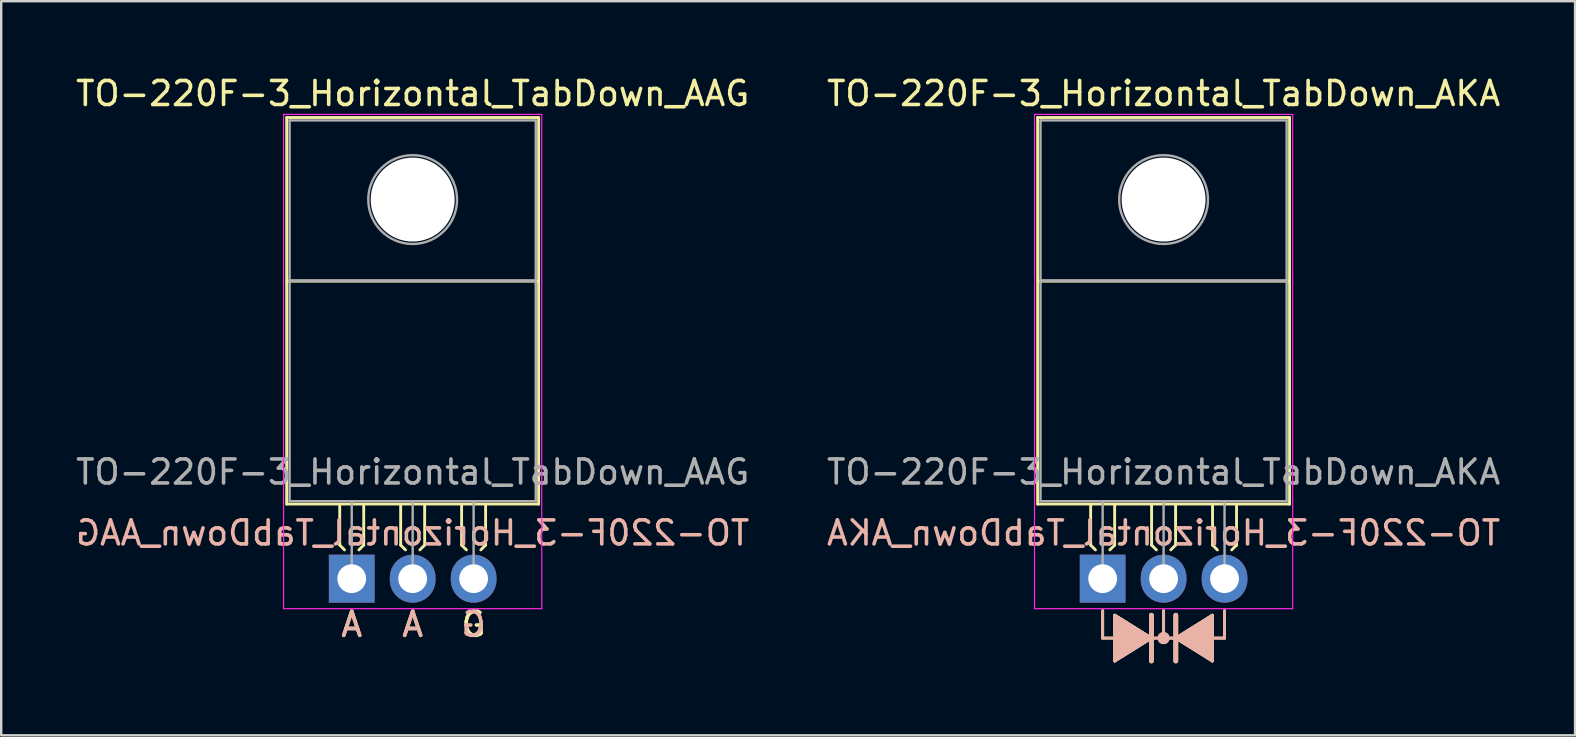
<source format=kicad_pcb>
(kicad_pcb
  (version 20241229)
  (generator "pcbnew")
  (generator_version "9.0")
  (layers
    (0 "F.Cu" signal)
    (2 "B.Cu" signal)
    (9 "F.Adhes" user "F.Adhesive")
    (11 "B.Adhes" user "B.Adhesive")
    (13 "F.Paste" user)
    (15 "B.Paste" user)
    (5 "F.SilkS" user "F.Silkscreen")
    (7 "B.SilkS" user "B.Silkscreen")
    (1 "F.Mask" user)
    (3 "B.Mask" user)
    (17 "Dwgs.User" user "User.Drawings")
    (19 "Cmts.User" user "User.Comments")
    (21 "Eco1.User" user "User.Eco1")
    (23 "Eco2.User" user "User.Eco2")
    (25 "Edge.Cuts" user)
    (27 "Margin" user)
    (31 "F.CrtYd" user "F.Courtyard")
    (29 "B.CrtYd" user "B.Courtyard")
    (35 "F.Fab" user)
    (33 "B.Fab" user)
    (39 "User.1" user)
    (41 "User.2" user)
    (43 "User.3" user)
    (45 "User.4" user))
  (footprint "TO-220F-3_Horizontal_TabDown_AKA"
    (layer "F.Cu")
    (at 42.906 21.068)
    (property "Reference" "TO-220F-3_Horizontal_TabDown_AKA" (at 2.54 -20.22 0) (layer "F.SilkS") (effects (font (size 1 1) (thickness 0.15))))
    (fp_line (start -2.71 -19.22) (end -2.71 -3.11) (stroke (width 0.12) (type solid)) (layer "F.SilkS"))
    (fp_line (start -2.71 -19.22) (end 7.79 -19.22) (stroke (width 0.12) (type solid)) (layer "F.SilkS"))
    (fp_line (start -2.71 -3.11) (end 7.79 -3.11) (stroke (width 0.12) (type solid)) (layer "F.SilkS"))
    (fp_line (start -2.7 -12.4) (end 7.75 -12.4) (stroke (width 0.12) (type solid)) (layer "F.SilkS"))
    (fp_line (start -0.5 -3.048) (end -0.5 -1.4) (stroke (width 0.12) (type solid)) (layer "F.SilkS"))
    (fp_line (start -0.5 -1.4) (end -0.3 -1.2) (stroke (width 0.12) (type solid)) (layer "F.SilkS"))
    (fp_line (start 0 1.333) (end 0 2.477) (stroke (width 0.12) (type solid)) (layer "F.SilkS"))
    (fp_line (start 0 2.477) (end 0.508 2.477) (stroke (width 0.12) (type solid)) (layer "F.SilkS"))
    (fp_line (start 0.5 -3.048) (end 0.5 -1.4) (stroke (width 0.12) (type solid)) (layer "F.SilkS"))
    (fp_line (start 0.5 -1.4) (end 0.3 -1.2) (stroke (width 0.12) (type solid)) (layer "F.SilkS"))
    (fp_line (start 0.508 1.714) (end 0.508 1.524) (stroke (width 0.12) (type solid)) (layer "F.SilkS"))
    (fp_line (start 0.508 1.714) (end 0.508 3.239) (stroke (width 0.12) (type solid)) (layer "F.SilkS"))
    (fp_line (start 0.508 3.239) (end 0.508 3.429) (stroke (width 0.12) (type solid)) (layer "F.SilkS"))
    (fp_line (start 2.032 2.477) (end 0.508 1.524) (stroke (width 0.12) (type solid)) (layer "F.SilkS"))
    (fp_line (start 2.032 2.477) (end 0.508 3.429) (stroke (width 0.12) (type solid)) (layer "F.SilkS"))
    (fp_line (start 2.032 3.429) (end 2.032 1.524) (stroke (width 0.2) (type solid)) (layer "F.SilkS"))
    (fp_line (start 2.04 -3.048) (end 2.04 -1.4) (stroke (width 0.12) (type solid)) (layer "F.SilkS"))
    (fp_line (start 2.04 -1.4) (end 2.24 -1.2) (stroke (width 0.12) (type solid)) (layer "F.SilkS"))
    (fp_line (start 2.54 1.333) (end 2.54 2.477) (stroke (width 0.12) (type solid)) (layer "F.SilkS"))
    (fp_line (start 2.54 2.477) (end 2.032 2.477) (stroke (width 0.12) (type solid)) (layer "F.SilkS"))
    (fp_line (start 2.54 2.477) (end 3.048 2.477) (stroke (width 0.12) (type solid)) (layer "F.SilkS"))
    (fp_line (start 3.04 -3.048) (end 3.04 -1.4) (stroke (width 0.12) (type solid)) (layer "F.SilkS"))
    (fp_line (start 3.04 -1.4) (end 2.84 -1.2) (stroke (width 0.12) (type solid)) (layer "F.SilkS"))
    (fp_line (start 3.048 1.524) (end 3.048 3.429) (stroke (width 0.2) (type solid)) (layer "F.SilkS"))
    (fp_line (start 3.048 2.477) (end 4.572 3.429) (stroke (width 0.12) (type solid)) (layer "F.SilkS"))
    (fp_line (start 4.572 1.524) (end 3.048 2.477) (stroke (width 0.12) (type solid)) (layer "F.SilkS"))
    (fp_line (start 4.572 3.429) (end 4.572 1.524) (stroke (width 0.12) (type solid)) (layer "F.SilkS"))
    (fp_line (start 4.58 -3.048) (end 4.58 -1.4) (stroke (width 0.12) (type solid)) (layer "F.SilkS"))
    (fp_line (start 4.58 -1.4) (end 4.78 -1.2) (stroke (width 0.12) (type solid)) (layer "F.SilkS"))
    (fp_line (start 5.08 1.333) (end 5.08 2.477) (stroke (width 0.12) (type solid)) (layer "F.SilkS"))
    (fp_line (start 5.08 2.477) (end 4.572 2.477) (stroke (width 0.12) (type solid)) (layer "F.SilkS"))
    (fp_line (start 5.58 -3.048) (end 5.58 -1.4) (stroke (width 0.12) (type solid)) (layer "F.SilkS"))
    (fp_line (start 5.58 -1.4) (end 5.38 -1.2) (stroke (width 0.12) (type solid)) (layer "F.SilkS"))
    (fp_line (start 7.79 -19.22) (end 7.79 -3.11) (stroke (width 0.12) (type solid)) (layer "F.SilkS"))
    (fp_circle (center 2.54 2.477) (end 2.54 2.54) (stroke (width 0.12) (type solid)) (fill no) (layer "F.SilkS"))
    (fp_circle (center 2.54 2.477) (end 2.54 2.603) (stroke (width 0.12) (type solid)) (fill no) (layer "F.SilkS"))
    (fp_circle (center 2.54 2.477) (end 2.54 2.667) (stroke (width 0.12) (type solid)) (fill no) (layer "F.SilkS"))
    (fp_poly (pts (xy 2.032 2.477) (xy 0.508 3.429) (xy 0.508 1.524)) (stroke (width 0.1) (type solid)) (fill yes) (layer "F.SilkS"))
    (fp_poly (pts (xy 4.572 3.429) (xy 3.048 2.477) (xy 4.572 1.524)) (stroke (width 0.1) (type solid)) (fill yes) (layer "F.SilkS"))
    (fp_line (start 0 1.333) (end 0 2.477) (stroke (width 0.12) (type solid)) (layer "B.SilkS"))
    (fp_line (start 0 2.477) (end 0.508 2.477) (stroke (width 0.12) (type solid)) (layer "B.SilkS"))
    (fp_line (start 0.508 1.524) (end 2.032 2.477) (stroke (width 0.12) (type solid)) (layer "B.SilkS"))
    (fp_line (start 0.508 3.429) (end 0.508 1.524) (stroke (width 0.12) (type solid)) (layer "B.SilkS"))
    (fp_line (start 2.032 1.524) (end 2.032 3.429) (stroke (width 0.2) (type solid)) (layer "B.SilkS"))
    (fp_line (start 2.032 2.477) (end 0.508 3.429) (stroke (width 0.12) (type solid)) (layer "B.SilkS"))
    (fp_line (start 2.54 1.333) (end 2.54 2.477) (stroke (width 0.12) (type solid)) (layer "B.SilkS"))
    (fp_line (start 2.54 2.477) (end 2.032 2.477) (stroke (width 0.12) (type solid)) (layer "B.SilkS"))
    (fp_line (start 2.54 2.477) (end 3.048 2.477) (stroke (width 0.12) (type solid)) (layer "B.SilkS"))
    (fp_line (start 3.048 2.477) (end 4.572 1.524) (stroke (width 0.12) (type solid)) (layer "B.SilkS"))
    (fp_line (start 3.048 2.477) (end 4.572 3.429) (stroke (width 0.12) (type solid)) (layer "B.SilkS"))
    (fp_line (start 3.048 3.429) (end 3.048 1.524) (stroke (width 0.2) (type solid)) (layer "B.SilkS"))
    (fp_line (start 4.572 1.714) (end 4.572 1.524) (stroke (width 0.12) (type solid)) (layer "B.SilkS"))
    (fp_line (start 4.572 1.714) (end 4.572 3.239) (stroke (width 0.12) (type solid)) (layer "B.SilkS"))
    (fp_line (start 4.572 3.239) (end 4.572 3.429) (stroke (width 0.12) (type solid)) (layer "B.SilkS"))
    (fp_line (start 5.08 1.333) (end 5.08 2.477) (stroke (width 0.12) (type solid)) (layer "B.SilkS"))
    (fp_line (start 5.08 2.477) (end 4.572 2.477) (stroke (width 0.12) (type solid)) (layer "B.SilkS"))
    (fp_circle (center 2.54 2.477) (end 2.54 2.54) (stroke (width 0.12) (type solid)) (fill no) (layer "B.SilkS"))
    (fp_circle (center 2.54 2.477) (end 2.54 2.603) (stroke (width 0.12) (type solid)) (fill no) (layer "B.SilkS"))
    (fp_circle (center 2.54 2.477) (end 2.54 2.667) (stroke (width 0.12) (type solid)) (fill no) (layer "B.SilkS"))
    (fp_poly (pts (xy 0.508 3.429) (xy 2.032 2.477) (xy 0.508 1.524)) (stroke (width 0.1) (type solid)) (fill yes) (layer "B.SilkS"))
    (fp_poly (pts (xy 3.048 2.477) (xy 4.572 3.429) (xy 4.572 1.524)) (stroke (width 0.1) (type solid)) (fill yes) (layer "B.SilkS"))
    (fp_line (start -2.84 -19.35) (end -2.84 1.25) (stroke (width 0.05) (type solid)) (layer "F.CrtYd"))
    (fp_line (start -2.84 1.25) (end 7.92 1.25) (stroke (width 0.05) (type solid)) (layer "F.CrtYd"))
    (fp_line (start 7.92 -19.35) (end -2.84 -19.35) (stroke (width 0.05) (type solid)) (layer "F.CrtYd"))
    (fp_line (start 7.92 1.25) (end 7.92 -19.35) (stroke (width 0.05) (type solid)) (layer "F.CrtYd"))
    (fp_line (start -2.59 -19.1) (end 7.67 -19.1) (stroke (width 0.1) (type solid)) (layer "F.Fab"))
    (fp_line (start -2.59 -12.42) (end -2.59 -19.1) (stroke (width 0.1) (type solid)) (layer "F.Fab"))
    (fp_line (start -2.59 -12.42) (end 7.67 -12.42) (stroke (width 0.1) (type solid)) (layer "F.Fab"))
    (fp_line (start -2.59 -3.23) (end -2.59 -12.42) (stroke (width 0.1) (type solid)) (layer "F.Fab"))
    (fp_line (start 0 -3.23) (end 0 0) (stroke (width 0.1) (type solid)) (layer "F.Fab"))
    (fp_line (start 2.54 -3.23) (end 2.54 0) (stroke (width 0.1) (type solid)) (layer "F.Fab"))
    (fp_line (start 5.08 -3.23) (end 5.08 0) (stroke (width 0.1) (type solid)) (layer "F.Fab"))
    (fp_line (start 7.67 -19.1) (end 7.67 -12.42) (stroke (width 0.1) (type solid)) (layer "F.Fab"))
    (fp_line (start 7.67 -12.42) (end -2.59 -12.42) (stroke (width 0.1) (type solid)) (layer "F.Fab"))
    (fp_line (start 7.67 -12.42) (end 7.67 -3.23) (stroke (width 0.1) (type solid)) (layer "F.Fab"))
    (fp_line (start 7.67 -3.23) (end -2.59 -3.23) (stroke (width 0.1) (type solid)) (layer "F.Fab"))
    (fp_circle (center 2.54 -15.8) (end 4.39 -15.8) (stroke (width 0.1) (type solid)) (fill no) (layer "F.Fab"))
    (fp_text user "${REFERENCE}" (at 2.54 -1.905 0) (layer "B.SilkS") (effects (font (size 1 1) (thickness 0.15)) (justify mirror)))
    (fp_text user "${REFERENCE}" (at 2.54 -4.445 0) (layer "F.Fab") (effects (font (size 1 1) (thickness 0.15))))
    (pad "" np_thru_hole oval (at 2.54 -15.8) (size 3.5 3.5) (drill 3.5) (layers "*.Cu" "*.Mask"))
    (pad "1" thru_hole rect (at 0 0) (size 1.905 2) (drill 1.2) (layers "*.Cu" "*.Mask"))
    (pad "2" thru_hole oval (at 2.54 0) (size 1.905 2) (drill 1.2) (layers "*.Cu" "*.Mask"))
    (pad "3" thru_hole oval (at 5.08 0) (size 1.905 2) (drill 1.2) (layers "*.Cu" "*.Mask")))
  (footprint "TO-220F-3_Horizontal_TabDown_AAG"
    (layer "F.Cu")
    (at 11.609 21.068)
    (property "Reference" "TO-220F-3_Horizontal_TabDown_AAG" (at 2.54 -20.22 0) (layer "F.SilkS") (effects (font (size 1 1) (thickness 0.15))))
    (fp_line (start -2.71 -19.22) (end -2.71 -3.11) (stroke (width 0.12) (type solid)) (layer "F.SilkS"))
    (fp_line (start -2.71 -19.22) (end 7.79 -19.22) (stroke (width 0.12) (type solid)) (layer "F.SilkS"))
    (fp_line (start -2.71 -3.11) (end 7.79 -3.11) (stroke (width 0.12) (type solid)) (layer "F.SilkS"))
    (fp_line (start -2.7 -12.4) (end 7.75 -12.4) (stroke (width 0.12) (type solid)) (layer "F.SilkS"))
    (fp_line (start -0.5 -3.048) (end -0.5 -1.4) (stroke (width 0.12) (type solid)) (layer "F.SilkS"))
    (fp_line (start -0.5 -1.4) (end -0.3 -1.2) (stroke (width 0.12) (type solid)) (layer "F.SilkS"))
    (fp_line (start 0.5 -3.048) (end 0.5 -1.4) (stroke (width 0.12) (type solid)) (layer "F.SilkS"))
    (fp_line (start 0.5 -1.4) (end 0.3 -1.2) (stroke (width 0.12) (type solid)) (layer "F.SilkS"))
    (fp_line (start 2.04 -3.048) (end 2.04 -1.4) (stroke (width 0.12) (type solid)) (layer "F.SilkS"))
    (fp_line (start 2.04 -1.4) (end 2.24 -1.2) (stroke (width 0.12) (type solid)) (layer "F.SilkS"))
    (fp_line (start 3.04 -3.048) (end 3.04 -1.4) (stroke (width 0.12) (type solid)) (layer "F.SilkS"))
    (fp_line (start 3.04 -1.4) (end 2.84 -1.2) (stroke (width 0.12) (type solid)) (layer "F.SilkS"))
    (fp_line (start 4.58 -3.048) (end 4.58 -1.4) (stroke (width 0.12) (type solid)) (layer "F.SilkS"))
    (fp_line (start 4.58 -1.4) (end 4.78 -1.2) (stroke (width 0.12) (type solid)) (layer "F.SilkS"))
    (fp_line (start 5.58 -3.048) (end 5.58 -1.4) (stroke (width 0.12) (type solid)) (layer "F.SilkS"))
    (fp_line (start 5.58 -1.4) (end 5.38 -1.2) (stroke (width 0.12) (type solid)) (layer "F.SilkS"))
    (fp_line (start 7.79 -19.22) (end 7.79 -3.11) (stroke (width 0.12) (type solid)) (layer "F.SilkS"))
    (fp_line (start -2.84 -19.35) (end -2.84 1.25) (stroke (width 0.05) (type solid)) (layer "F.CrtYd"))
    (fp_line (start -2.84 1.25) (end 7.92 1.25) (stroke (width 0.05) (type solid)) (layer "F.CrtYd"))
    (fp_line (start 7.92 -19.35) (end -2.84 -19.35) (stroke (width 0.05) (type solid)) (layer "F.CrtYd"))
    (fp_line (start 7.92 1.25) (end 7.92 -19.35) (stroke (width 0.05) (type solid)) (layer "F.CrtYd"))
    (fp_line (start -2.59 -19.1) (end 7.67 -19.1) (stroke (width 0.1) (type solid)) (layer "F.Fab"))
    (fp_line (start -2.59 -12.42) (end -2.59 -19.1) (stroke (width 0.1) (type solid)) (layer "F.Fab"))
    (fp_line (start -2.59 -12.42) (end 7.67 -12.42) (stroke (width 0.1) (type solid)) (layer "F.Fab"))
    (fp_line (start -2.59 -3.23) (end -2.59 -12.42) (stroke (width 0.1) (type solid)) (layer "F.Fab"))
    (fp_line (start 0 -3.23) (end 0 0) (stroke (width 0.1) (type solid)) (layer "F.Fab"))
    (fp_line (start 2.54 -3.23) (end 2.54 0) (stroke (width 0.1) (type solid)) (layer "F.Fab"))
    (fp_line (start 5.08 -3.23) (end 5.08 0) (stroke (width 0.1) (type solid)) (layer "F.Fab"))
    (fp_line (start 7.67 -19.1) (end 7.67 -12.42) (stroke (width 0.1) (type solid)) (layer "F.Fab"))
    (fp_line (start 7.67 -12.42) (end -2.59 -12.42) (stroke (width 0.1) (type solid)) (layer "F.Fab"))
    (fp_line (start 7.67 -12.42) (end 7.67 -3.23) (stroke (width 0.1) (type solid)) (layer "F.Fab"))
    (fp_line (start 7.67 -3.23) (end -2.59 -3.23) (stroke (width 0.1) (type solid)) (layer "F.Fab"))
    (fp_circle (center 2.54 -15.8) (end 4.39 -15.8) (stroke (width 0.1) (type solid)) (fill no) (layer "F.Fab"))
    (fp_text user "A" (at 2.54 1.905 0) (unlocked yes) (layer "F.SilkS") (effects (font (size 1 1) (thickness 0.15))))
    (fp_text user "G" (at 5.08 1.905 0) (unlocked yes) (layer "F.SilkS") (effects (font (size 1 1) (thickness 0.15))))
    (fp_text user "A" (at 0 1.905 0) (unlocked yes) (layer "F.SilkS") (effects (font (size 1 1) (thickness 0.15))))
    (fp_text user "A" (at 2.54 1.905 0) (unlocked yes) (layer "B.SilkS") (effects (font (size 1 1) (thickness 0.15)) (justify mirror)))
    (fp_text user "G" (at 5.08 1.905 0) (unlocked yes) (layer "B.SilkS") (effects (font (size 1 1) (thickness 0.15)) (justify mirror)))
    (fp_text user "A" (at 0 1.905 0) (unlocked yes) (layer "B.SilkS") (effects (font (size 1 1) (thickness 0.15)) (justify mirror)))
    (fp_text user "${REFERENCE}" (at 2.54 -1.905 0) (layer "B.SilkS") (effects (font (size 1 1) (thickness 0.15)) (justify mirror)))
    (fp_text user "${REFERENCE}" (at 2.54 -4.445 0) (layer "F.Fab") (effects (font (size 1 1) (thickness 0.15))))
    (pad "" np_thru_hole oval (at 2.54 -15.8) (size 3.5 3.5) (drill 3.5) (layers "*.Cu" "*.Mask"))
    (pad "1" thru_hole rect (at 0 0) (size 1.905 2) (drill 1.2) (layers "*.Cu" "*.Mask"))
    (pad "2" thru_hole oval (at 2.54 0) (size 1.905 2) (drill 1.2) (layers "*.Cu" "*.Mask"))
    (pad "3" thru_hole oval (at 5.08 0) (size 1.905 2) (drill 1.2) (layers "*.Cu" "*.Mask")))
  (gr_rect
    (start -3 -3)
    (end 62.595 27.597)
    (stroke (width 0.1) (type default))
    (fill no)
    (layer "Edge.Cuts")))
</source>
